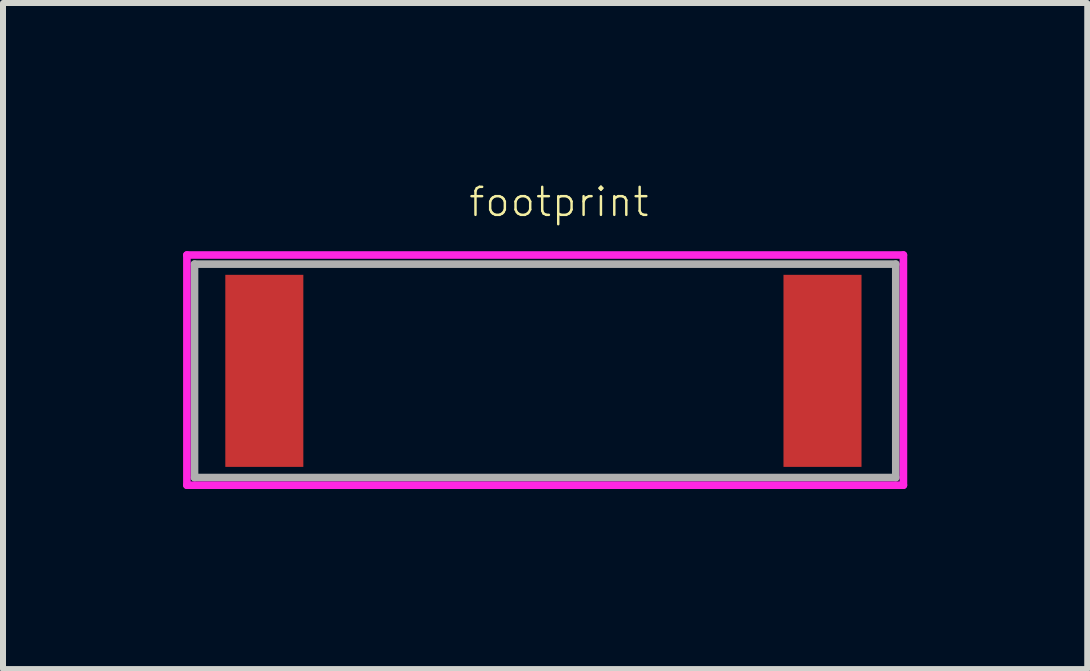
<source format=kicad_pcb>
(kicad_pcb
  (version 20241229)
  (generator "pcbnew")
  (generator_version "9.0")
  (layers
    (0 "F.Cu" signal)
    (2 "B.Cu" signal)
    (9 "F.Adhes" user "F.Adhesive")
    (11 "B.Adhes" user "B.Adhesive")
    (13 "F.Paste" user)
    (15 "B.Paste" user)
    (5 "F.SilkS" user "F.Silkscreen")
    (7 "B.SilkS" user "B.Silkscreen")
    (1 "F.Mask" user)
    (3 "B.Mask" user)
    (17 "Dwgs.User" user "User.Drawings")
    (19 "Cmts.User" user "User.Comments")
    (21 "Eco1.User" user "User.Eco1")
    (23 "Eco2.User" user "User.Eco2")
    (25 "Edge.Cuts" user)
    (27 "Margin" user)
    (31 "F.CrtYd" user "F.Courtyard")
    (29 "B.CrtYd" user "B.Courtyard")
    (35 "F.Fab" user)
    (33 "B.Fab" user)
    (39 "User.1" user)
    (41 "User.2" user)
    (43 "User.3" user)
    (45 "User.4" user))
  (footprint "footprint"
    (layer "F.Cu")
    (at 6.004 3.129)
    (property "Reference" "footprint" (at -1.27 -2.54 0) (layer "F.SilkS") (effects (font (size 0.467 0.467) (thickness 0.041)) (justify left bottom)))
    (fp_line (start -5.94 -1.93) (end -5.94 1.905) (stroke (width 0.127) (type solid)) (layer "F.CrtYd"))
    (fp_line (start -5.94 1.905) (end 5.998 1.905) (stroke (width 0.127) (type solid)) (layer "F.CrtYd"))
    (fp_line (start 5.998 -1.93) (end -5.94 -1.93) (stroke (width 0.127) (type solid)) (layer "F.CrtYd"))
    (fp_line (start 5.998 1.905) (end 5.998 -1.93) (stroke (width 0.127) (type solid)) (layer "F.CrtYd"))
    (fp_line (start -5.813 -1.778) (end -5.813 1.778) (stroke (width 0.127) (type solid)) (layer "F.Fab"))
    (fp_line (start -5.813 1.778) (end 5.871 1.778) (stroke (width 0.127) (type solid)) (layer "F.Fab"))
    (fp_line (start 5.871 -1.778) (end -5.813 -1.778) (stroke (width 0.127) (type solid)) (layer "F.Fab"))
    (fp_line (start 5.871 1.778) (end 5.871 -1.778) (stroke (width 0.127) (type solid)) (layer "F.Fab"))
    (pad "1" smd rect (at -4.65 0 180) (size 1.3 3.2) (layers "F.Cu" "F.Mask" "F.Paste"))
    (pad "2" smd rect (at 4.65 0 180) (size 1.3 3.2) (layers "F.Cu" "F.Mask" "F.Paste")))
  (gr_rect
    (start -3 -3)
    (end 15.065 8.098)
    (stroke (width 0.1) (type default))
    (fill no)
    (layer "Edge.Cuts")))
</source>
